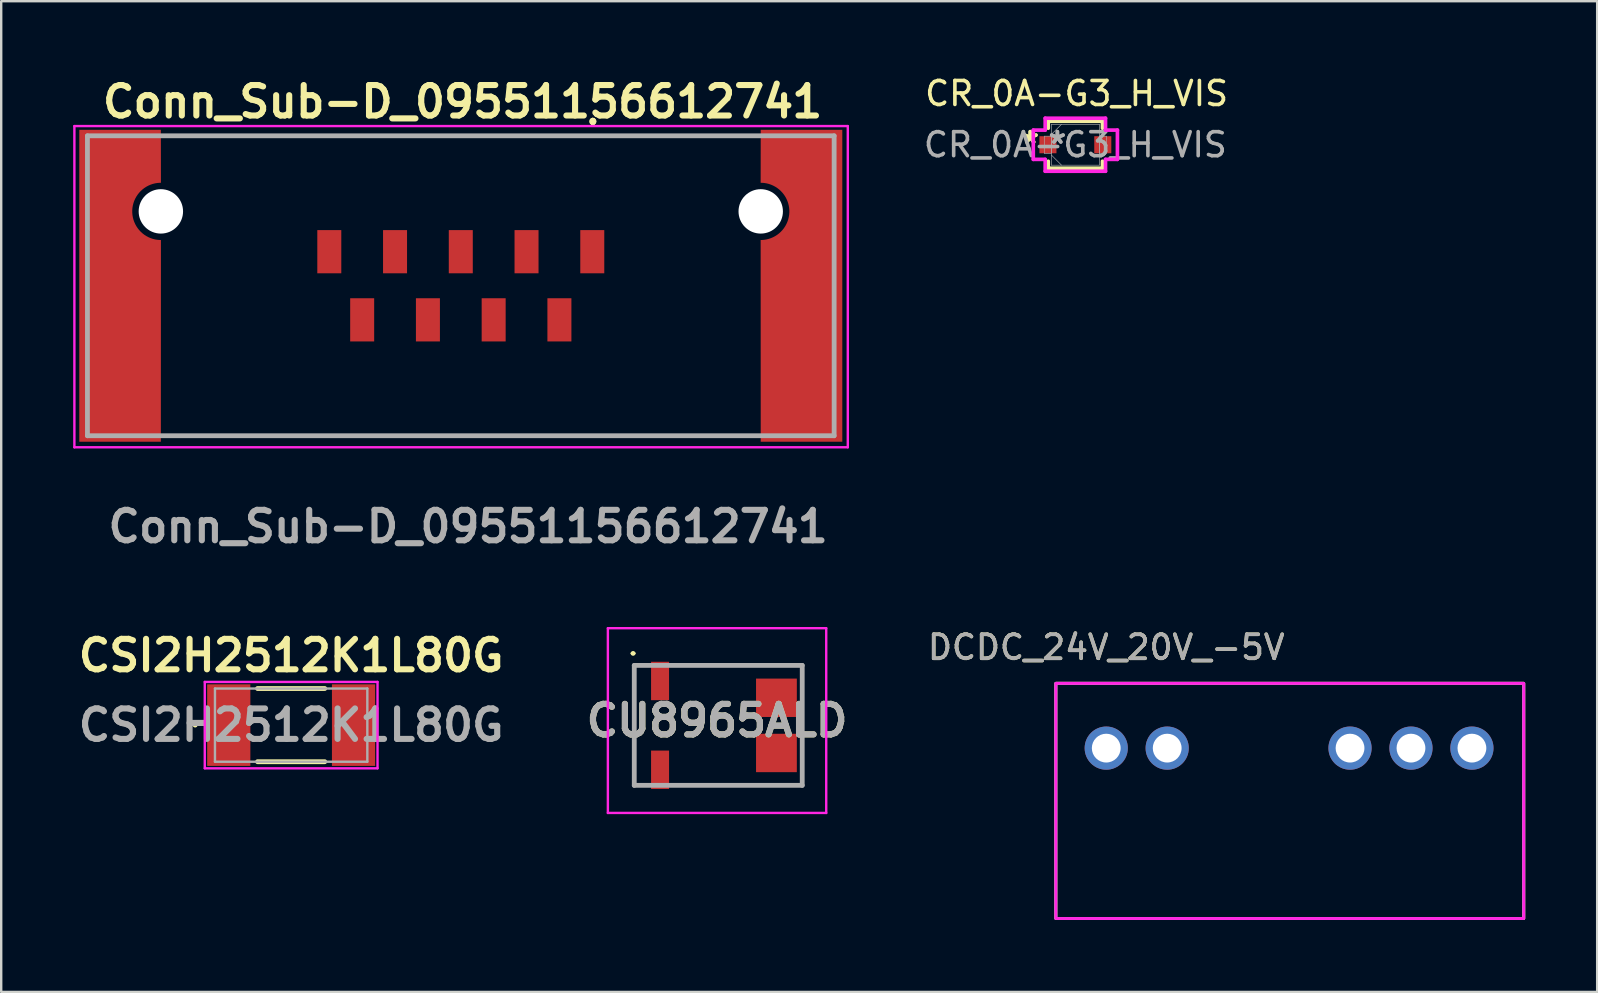
<source format=kicad_pcb>
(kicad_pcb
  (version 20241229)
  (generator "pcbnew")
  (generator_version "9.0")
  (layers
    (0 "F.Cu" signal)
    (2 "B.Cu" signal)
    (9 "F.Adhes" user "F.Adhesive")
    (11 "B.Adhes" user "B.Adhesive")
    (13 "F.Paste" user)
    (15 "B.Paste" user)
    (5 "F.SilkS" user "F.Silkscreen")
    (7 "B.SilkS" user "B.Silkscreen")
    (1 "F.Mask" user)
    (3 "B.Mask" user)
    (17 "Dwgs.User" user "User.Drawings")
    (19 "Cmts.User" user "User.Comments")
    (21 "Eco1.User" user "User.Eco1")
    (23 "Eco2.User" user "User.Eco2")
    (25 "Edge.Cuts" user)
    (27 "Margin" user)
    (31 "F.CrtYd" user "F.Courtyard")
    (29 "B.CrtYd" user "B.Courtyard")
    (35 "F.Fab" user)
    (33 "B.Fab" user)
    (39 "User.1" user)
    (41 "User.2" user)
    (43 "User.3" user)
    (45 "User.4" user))
  (footprint "CR_0A-G3_H_VIS"
    (layer "F.Cu")
    (at 41.767 2.982)
    (property "Reference" "CR_0A-G3_H_VIS" (at 0.051 -2.134 0) (unlocked yes) (layer "F.SilkS") (effects (font (size 1 1) (thickness 0.15))))
    (attr smd)
    (fp_line (start -1.13 -0.978) (end -1.13 -0.688) (stroke (width 0.152) (type solid)) (layer "F.SilkS"))
    (fp_line (start -1.13 0.688) (end -1.13 0.978) (stroke (width 0.152) (type solid)) (layer "F.SilkS"))
    (fp_line (start -1.13 0.978) (end 1.13 0.978) (stroke (width 0.152) (type solid)) (layer "F.SilkS"))
    (fp_line (start 1.13 -0.978) (end -1.13 -0.978) (stroke (width 0.152) (type solid)) (layer "F.SilkS"))
    (fp_line (start 1.13 -0.688) (end 1.13 -0.978) (stroke (width 0.152) (type solid)) (layer "F.SilkS"))
    (fp_line (start 1.13 0.978) (end 1.13 0.688) (stroke (width 0.152) (type solid)) (layer "F.SilkS"))
    (fp_line (start -1.753 -0.61) (end -1.257 -0.61) (stroke (width 0.152) (type solid)) (layer "F.CrtYd"))
    (fp_line (start -1.753 0.61) (end -1.753 -0.61) (stroke (width 0.152) (type solid)) (layer "F.CrtYd"))
    (fp_line (start -1.257 -1.105) (end 1.257 -1.105) (stroke (width 0.152) (type solid)) (layer "F.CrtYd"))
    (fp_line (start -1.257 -0.61) (end -1.257 -1.105) (stroke (width 0.152) (type solid)) (layer "F.CrtYd"))
    (fp_line (start -1.257 0.61) (end -1.753 0.61) (stroke (width 0.152) (type solid)) (layer "F.CrtYd"))
    (fp_line (start -1.257 1.105) (end -1.257 0.61) (stroke (width 0.152) (type solid)) (layer "F.CrtYd"))
    (fp_line (start 1.257 -1.105) (end 1.257 -0.61) (stroke (width 0.152) (type solid)) (layer "F.CrtYd"))
    (fp_line (start 1.257 -0.61) (end 1.753 -0.61) (stroke (width 0.152) (type solid)) (layer "F.CrtYd"))
    (fp_line (start 1.257 0.61) (end 1.257 1.105) (stroke (width 0.152) (type solid)) (layer "F.CrtYd"))
    (fp_line (start 1.257 1.105) (end -1.257 1.105) (stroke (width 0.152) (type solid)) (layer "F.CrtYd"))
    (fp_line (start 1.753 -0.61) (end 1.753 0.61) (stroke (width 0.152) (type solid)) (layer "F.CrtYd"))
    (fp_line (start 1.753 0.61) (end 1.257 0.61) (stroke (width 0.152) (type solid)) (layer "F.CrtYd"))
    (fp_line (start -1.295 -0.356) (end -1.295 0.356) (stroke (width 0.025) (type solid)) (layer "F.Fab"))
    (fp_line (start -1.295 0.356) (end -1.003 0.356) (stroke (width 0.025) (type solid)) (layer "F.Fab"))
    (fp_line (start -1.003 -0.851) (end -1.003 0.851) (stroke (width 0.025) (type solid)) (layer "F.Fab"))
    (fp_line (start -1.003 -0.425) (end -0.578 -0.851) (stroke (width 0.025) (type solid)) (layer "F.Fab"))
    (fp_line (start -1.003 -0.356) (end -1.295 -0.356) (stroke (width 0.025) (type solid)) (layer "F.Fab"))
    (fp_line (start -1.003 0.356) (end -1.003 -0.356) (stroke (width 0.025) (type solid)) (layer "F.Fab"))
    (fp_line (start -1.003 0.425) (end -0.578 0.851) (stroke (width 0.025) (type solid)) (layer "F.Fab"))
    (fp_line (start -1.003 0.851) (end 1.003 0.851) (stroke (width 0.025) (type solid)) (layer "F.Fab"))
    (fp_line (start 1.003 -0.851) (end -1.003 -0.851) (stroke (width 0.025) (type solid)) (layer "F.Fab"))
    (fp_line (start 1.003 -0.356) (end 1.003 0.356) (stroke (width 0.025) (type solid)) (layer "F.Fab"))
    (fp_line (start 1.003 0.356) (end 1.295 0.356) (stroke (width 0.025) (type solid)) (layer "F.Fab"))
    (fp_line (start 1.003 0.851) (end 1.003 -0.851) (stroke (width 0.025) (type solid)) (layer "F.Fab"))
    (fp_line (start 1.295 -0.356) (end 1.003 -0.356) (stroke (width 0.025) (type solid)) (layer "F.Fab"))
    (fp_line (start 1.295 0.356) (end 1.295 -0.356) (stroke (width 0.025) (type solid)) (layer "F.Fab"))
    (fp_text user "*" (at -1.88 0 0) (layer "F.SilkS") (effects (font (size 1 1) (thickness 0.15))))
    (fp_text user "*" (at -1.88 0 0) (unlocked yes) (layer "F.SilkS") (effects (font (size 1 1) (thickness 0.15))))
    (fp_text user "*" (at -0.749 0 0) (unlocked yes) (layer "F.Fab") (effects (font (size 1 1) (thickness 0.15))))
    (fp_text user "*" (at -0.749 0 0) (layer "F.Fab") (effects (font (size 1 1) (thickness 0.15))))
    (fp_text user "${REFERENCE}" (at 0 0 0) (unlocked yes) (layer "F.Fab") (effects (font (size 1 1) (thickness 0.15))))
    (pad "1" smd rect (at -1.143 0) (size 0.711 0.711) (layers "F.Cu" "F.Mask" "F.Paste"))
    (pad "2" smd rect (at 1.143 0) (size 0.711 0.711) (layers "F.Cu" "F.Mask" "F.Paste"))
    (zone (net_name "") (layer "F.Cu") (hatch full 0.508) (connect_pads) (min_thickness 0.254) (filled_areas_thickness no) (keepout (tracks not_allowed) (vias not_allowed) (pads allowed) (copperpour not_allowed) (footprints allowed)) (placement (enabled no)) (fill) (polygon (pts (xy 41.031 2.182) (xy 42.504 2.182) (xy 42.504 3.782) (xy 41.031 3.782)))))
  (footprint "CSI2H2512K1L80G"
    (layer "F.Cu")
    (at 9.084 27.17)
    (property "Reference" "CSI2H2512K1L80G" (at 0 -2.9 0) (layer "F.SilkS") (effects (font (size 1.27 1.27) (thickness 0.254))))
    (attr smd)
    (fp_line (start -4.05 0) (end -4.05 0) (stroke (width 0.1) (type solid)) (layer "F.SilkS"))
    (fp_line (start -3.95 0) (end -3.95 0) (stroke (width 0.1) (type solid)) (layer "F.SilkS"))
    (fp_line (start -1.4 -1.525) (end 1.4 -1.525) (stroke (width 0.2) (type solid)) (layer "F.SilkS"))
    (fp_line (start -1.4 1.525) (end 1.4 1.525) (stroke (width 0.2) (type solid)) (layer "F.SilkS"))
    (fp_arc (start -4.05 0) (mid -4 -0.05) (end -3.95 0) (stroke (width 0.1) (type solid)) (layer "F.SilkS"))
    (fp_arc (start -3.95 0) (mid -4 0.05) (end -4.05 0) (stroke (width 0.1) (type solid)) (layer "F.SilkS"))
    (fp_line (start -3.6 -1.8) (end 3.6 -1.8) (stroke (width 0.1) (type solid)) (layer "F.CrtYd"))
    (fp_line (start -3.6 1.8) (end -3.6 -1.8) (stroke (width 0.1) (type solid)) (layer "F.CrtYd"))
    (fp_line (start 3.6 -1.8) (end 3.6 1.8) (stroke (width 0.1) (type solid)) (layer "F.CrtYd"))
    (fp_line (start 3.6 1.8) (end -3.6 1.8) (stroke (width 0.1) (type solid)) (layer "F.CrtYd"))
    (fp_line (start -3.175 -1.525) (end -3.175 1.525) (stroke (width 0.1) (type solid)) (layer "F.Fab"))
    (fp_line (start -3.175 1.525) (end 3.175 1.525) (stroke (width 0.1) (type solid)) (layer "F.Fab"))
    (fp_line (start 3.175 -1.525) (end -3.175 -1.525) (stroke (width 0.1) (type solid)) (layer "F.Fab"))
    (fp_line (start 3.175 1.525) (end 3.175 -1.525) (stroke (width 0.1) (type solid)) (layer "F.Fab"))
    (fp_text user "${REFERENCE}" (at 0 0 0) (layer "F.Fab") (effects (font (size 1.27 1.27) (thickness 0.254))))
    (pad "1" smd rect (at -2.6 0) (size 1.8 3.4) (layers "F.Cu" "F.Mask" "F.Paste"))
    (pad "2" smd rect (at 2.6 0) (size 1.8 3.4) (layers "F.Cu" "F.Mask" "F.Paste")))
  (footprint "DCDC_24V_20V_-5V"
    (layer "F.Cu")
    (at 43.054 28.129)
    (property "Reference" "DCDC_24V_20V_-5V" (at 0 -4.2 0) (unlocked yes) (layer "F.SilkS") (effects (font (size 1 1) (thickness 0.15))))
    (attr through_hole)
    (fp_rect (start -2.1 -2.7) (end 17.4 7.1) (stroke (width 0.12) (type solid)) (fill no) (layer "F.SilkS"))
    (fp_rect (start -2.1 -2.7) (end 17.4 7.1) (stroke (width 0.12) (type solid)) (fill no) (layer "F.CrtYd"))
    (fp_rect (start -2.1 -2.7) (end 17.4 7.1) (stroke (width 0.12) (type solid)) (fill no) (layer "F.Fab"))
    (fp_text user "${REFERENCE}" (at 0 -4.2 0) (unlocked yes) (layer "F.Fab") (effects (font (size 1 1) (thickness 0.15))))
    (pad "1" thru_hole circle (at 0 0) (size 1.8 1.8) (drill 1.2) (layers "*.Cu" "*.Mask"))
    (pad "2" thru_hole circle (at 2.54 0) (size 1.8 1.8) (drill 1.2) (layers "*.Cu" "*.Mask"))
    (pad "5" thru_hole circle (at 10.16 0) (size 1.8 1.8) (drill 1.2) (layers "*.Cu" "*.Mask"))
    (pad "6" thru_hole circle (at 12.7 0) (size 1.8 1.8) (drill 1.2) (layers "*.Cu" "*.Mask"))
    (pad "7" thru_hole circle (at 15.24 0) (size 1.8 1.8) (drill 1.2) (layers "*.Cu" "*.Mask")))
  (footprint "Conn_Sub-D_09551156612741"
    (layer "F.Cu")
    (at 16.154 8.86)
    (property "Reference" "Conn_Sub-D_09551156612741" (at 0.076 -7.671 0) (layer "F.SilkS") (effects (font (size 1.27 1.27) (thickness 0.254))))
    (attr smd)
    (fp_line (start -12 -6.25) (end -12 -6.25) (stroke (width 0.1) (type solid)) (layer "F.SilkS"))
    (fp_line (start -12 -6.25) (end 12 -6.25) (stroke (width 0.1) (type solid)) (layer "F.SilkS"))
    (fp_line (start -12 6.25) (end -12 6.25) (stroke (width 0.1) (type solid)) (layer "F.SilkS"))
    (fp_line (start -12 6.25) (end 12 6.25) (stroke (width 0.1) (type solid)) (layer "F.SilkS"))
    (fp_line (start 5.5 -6.9) (end 5.5 -6.9) (stroke (width 0.2) (type solid)) (layer "F.SilkS"))
    (fp_line (start 5.5 -6.8) (end 5.5 -6.8) (stroke (width 0.2) (type solid)) (layer "F.SilkS"))
    (fp_line (start 5.5 -6.8) (end 5.5 -6.8) (stroke (width 0.2) (type solid)) (layer "F.SilkS"))
    (fp_line (start 12 -6.25) (end -12 -6.25) (stroke (width 0.1) (type solid)) (layer "F.SilkS"))
    (fp_line (start 12 -6.25) (end 12 -6.25) (stroke (width 0.1) (type solid)) (layer "F.SilkS"))
    (fp_line (start 12 6.25) (end -12 6.25) (stroke (width 0.1) (type solid)) (layer "F.SilkS"))
    (fp_line (start 12 6.25) (end 12 6.25) (stroke (width 0.1) (type solid)) (layer "F.SilkS"))
    (fp_arc (start 5.5 -6.9) (mid 5.55 -6.85) (end 5.5 -6.8) (stroke (width 0.2) (type solid)) (layer "F.SilkS"))
    (fp_arc (start 5.5 -6.9) (mid 5.55 -6.85) (end 5.5 -6.8) (stroke (width 0.2) (type solid)) (layer "F.SilkS"))
    (fp_arc (start 5.5 -6.8) (mid 5.45 -6.85) (end 5.5 -6.9) (stroke (width 0.2) (type solid)) (layer "F.SilkS"))
    (fp_line (start -16.104 -6.655) (end 16.129 -6.655) (stroke (width 0.1) (type solid)) (layer "F.CrtYd"))
    (fp_line (start -16.104 6.731) (end -16.104 -6.655) (stroke (width 0.1) (type solid)) (layer "F.CrtYd"))
    (fp_line (start 16.129 -6.655) (end 16.129 6.731) (stroke (width 0.1) (type solid)) (layer "F.CrtYd"))
    (fp_line (start 16.129 6.731) (end -16.104 6.731) (stroke (width 0.1) (type solid)) (layer "F.CrtYd"))
    (fp_line (start -15.56 -6.25) (end -15.56 6.25) (stroke (width 0.2) (type solid)) (layer "F.Fab"))
    (fp_line (start -15.56 6.25) (end 15.56 6.25) (stroke (width 0.2) (type solid)) (layer "F.Fab"))
    (fp_line (start 15.56 -6.25) (end -15.56 -6.25) (stroke (width 0.2) (type solid)) (layer "F.Fab"))
    (fp_line (start 15.56 6.25) (end 15.56 -6.25) (stroke (width 0.2) (type solid)) (layer "F.Fab"))
    (fp_text user "${REFERENCE}" (at 0.305 10.033 0) (layer "F.Fab") (effects (font (size 1.27 1.27) (thickness 0.254))))
    (pad "" np_thru_hole circle (at -12.5 -3.1) (size 1.85 1.85) (drill 1.85) (layers "*.Cu" "*.Mask"))
    (pad "" np_thru_hole circle (at 12.5 -3.1) (size 1.85 1.85) (drill 1.85) (layers "*.Cu" "*.Mask"))
    (pad "1" smd rect (at 5.48 -1.42) (size 1 1.8) (layers "F.Cu" "F.Mask" "F.Paste"))
    (pad "2" smd rect (at 2.74 -1.42) (size 1 1.8) (layers "F.Cu" "F.Mask" "F.Paste"))
    (pad "3" smd rect (at 0 -1.42) (size 1 1.8) (layers "F.Cu" "F.Mask" "F.Paste"))
    (pad "4" smd rect (at -2.74 -1.42) (size 1 1.8) (layers "F.Cu" "F.Mask" "F.Paste"))
    (pad "5" smd rect (at -5.48 -1.42) (size 1 1.8) (layers "F.Cu" "F.Mask" "F.Paste"))
    (pad "6" smd rect (at 4.11 1.42) (size 1 1.8) (layers "F.Cu" "F.Mask" "F.Paste"))
    (pad "7" smd rect (at 1.37 1.42) (size 1 1.8) (layers "F.Cu" "F.Mask" "F.Paste"))
    (pad "8" smd rect (at -1.37 1.42) (size 1 1.8) (layers "F.Cu" "F.Mask" "F.Paste"))
    (pad "9" smd rect (at -4.11 1.42) (size 1 1.8) (layers "F.Cu" "F.Mask" "F.Paste"))
    (pad "MP1" smd custom (at -14.402 3.556) (size 2 2) (layers "F.Cu" "F.Mask" "F.Paste") (options (anchor rect)) (primitives (gr_poly (pts (arc (start 1.905 -7.8486) (mid 0.709196 -6.656037) (end 1.904926 -5.4634)) (xy 1.902 2.944) (xy -1.498 2.944) (xy -1.498 -10.056) (xy 1.902 -10.056)) (width 0) (fill yes))))
    (pad "MP2" smd custom (at 14.402 3.556) (size 2 2) (layers "F.Cu" "F.Mask" "F.Paste") (options (anchor rect)) (primitives (gr_poly (pts (arc (start -1.905 -7.8486) (mid -0.709196 -6.656037) (end -1.904926 -5.4634)) (xy -1.902 2.944) (xy 1.498 2.944) (xy 1.498 -10.056) (xy -1.902 -10.056)) (width 0) (fill yes)))))
  (footprint "CU8965ALD"
    (layer "F.Cu")
    (at 26.884 27.181)
    (property "Reference" "CU8965ALD" (at -0.05 -0.2 0) (layer "F.SilkS") (effects (font (size 1.27 1.27) (thickness 0.254))))
    (attr smd)
    (fp_line (start -3.6 -3) (end -3.6 -3) (stroke (width 0.1) (type solid)) (layer "F.SilkS"))
    (fp_line (start -3.5 -3) (end -3.5 -3) (stroke (width 0.1) (type solid)) (layer "F.SilkS"))
    (fp_line (start -3.5 -2.5) (end -3.5 2) (stroke (width 0.1) (type solid)) (layer "F.SilkS"))
    (fp_line (start -1 2.5) (end 3.5 2.5) (stroke (width 0.1) (type solid)) (layer "F.SilkS"))
    (fp_line (start 3.5 -2.5) (end -0.5 -2.5) (stroke (width 0.1) (type solid)) (layer "F.SilkS"))
    (fp_line (start 3.5 2.5) (end 3.5 -2.5) (stroke (width 0.1) (type solid)) (layer "F.SilkS"))
    (fp_arc (start -3.6 -3) (mid -3.55 -3.05) (end -3.5 -3) (stroke (width 0.1) (type solid)) (layer "F.SilkS"))
    (fp_arc (start -3.5 -3) (mid -3.55 -2.95) (end -3.6 -3) (stroke (width 0.1) (type solid)) (layer "F.SilkS"))
    (fp_line (start -4.6 -4.05) (end 4.5 -4.05) (stroke (width 0.1) (type solid)) (layer "F.CrtYd"))
    (fp_line (start -4.6 3.65) (end -4.6 -4.05) (stroke (width 0.1) (type solid)) (layer "F.CrtYd"))
    (fp_line (start 4.5 -4.05) (end 4.5 3.65) (stroke (width 0.1) (type solid)) (layer "F.CrtYd"))
    (fp_line (start 4.5 3.65) (end -4.6 3.65) (stroke (width 0.1) (type solid)) (layer "F.CrtYd"))
    (fp_line (start -3.5 -2.5) (end 3.5 -2.5) (stroke (width 0.2) (type solid)) (layer "F.Fab"))
    (fp_line (start -3.5 2.5) (end -3.5 -2.5) (stroke (width 0.2) (type solid)) (layer "F.Fab"))
    (fp_line (start 3.5 -2.5) (end 3.5 2.5) (stroke (width 0.2) (type solid)) (layer "F.Fab"))
    (fp_line (start 3.5 2.5) (end -3.5 2.5) (stroke (width 0.2) (type solid)) (layer "F.Fab"))
    (fp_text user "${REFERENCE}" (at -0.05 -0.2 0) (layer "F.Fab") (effects (font (size 1.27 1.27) (thickness 0.254))))
    (pad "1" smd rect (at -2.425 -1.85) (size 0.75 1.6) (layers "F.Cu" "F.Mask" "F.Paste"))
    (pad "2" smd rect (at -2.425 1.85) (size 0.75 1.6) (layers "F.Cu" "F.Mask" "F.Paste"))
    (pad "3" smd rect (at 2.425 1.15 90) (size 1.6 1.7) (layers "F.Cu" "F.Mask" "F.Paste"))
    (pad "4" smd rect (at 2.425 -1.15 90) (size 1.6 1.7) (layers "F.Cu" "F.Mask" "F.Paste")))
  (gr_rect
    (start -3 -3)
    (end 63.514 38.289)
    (stroke (width 0.1) (type default))
    (fill no)
    (layer "Edge.Cuts")))
</source>
